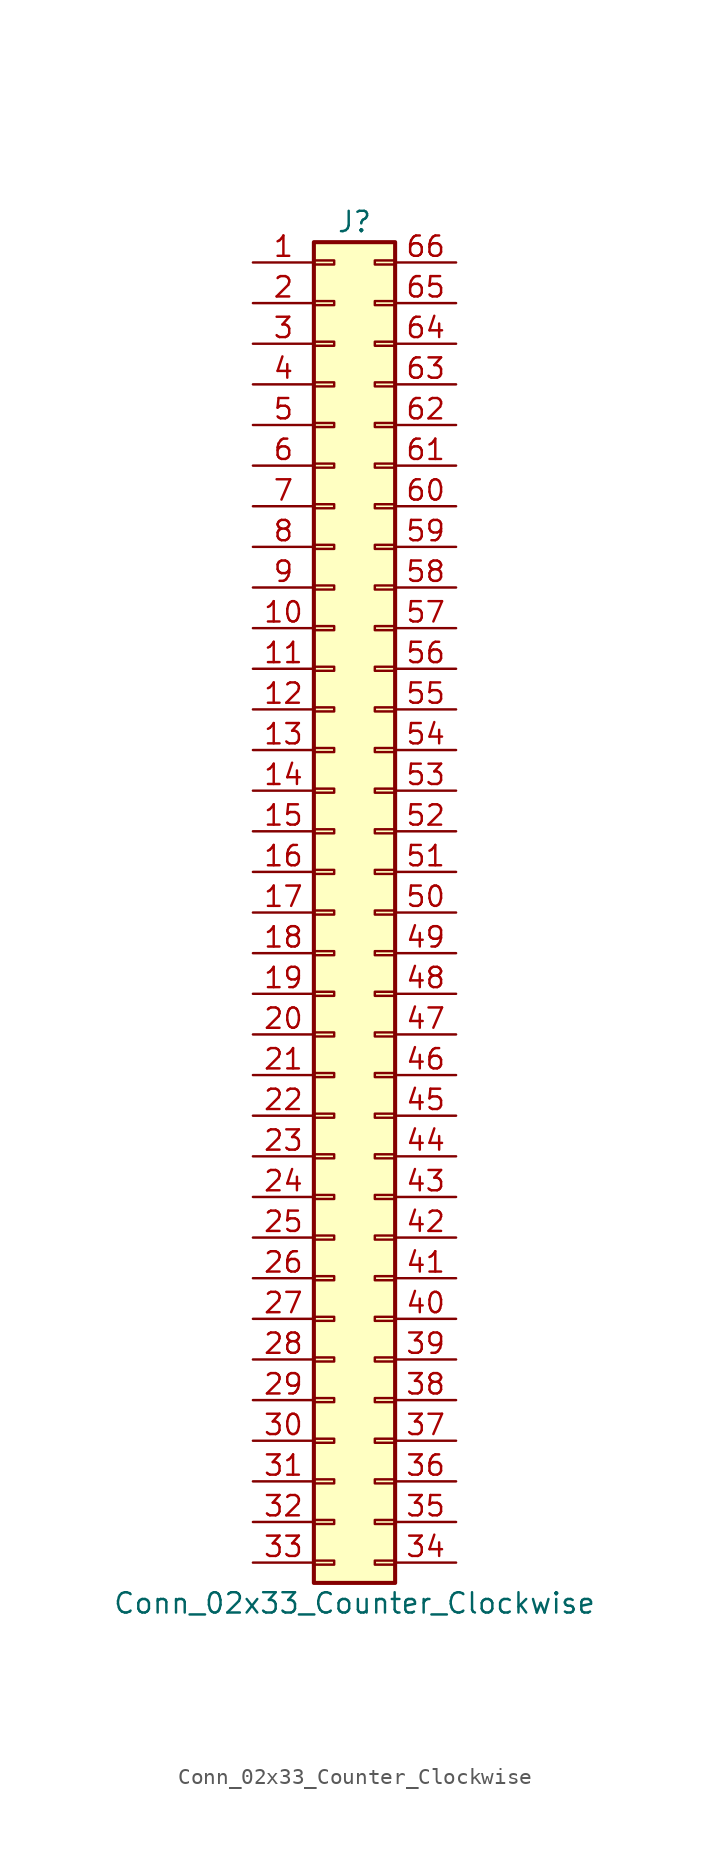
<source format=kicad_sym>
(kicad_symbol_lib
  (version 20201005)
  (generator kicad_symbol_editor)
  (symbol "Connector_Generic:Conn_02x33_Counter_Clockwise"
    (pin_names
      (offset 1.016) hide)
    (property "Reference" "J"
      (at 1.27 43.18 0)
      (effects (font (size 1.27 1.27))))
    (property "Value" "Conn_02x33_Counter_Clockwise"
      (at 1.27 -43.18 0)
      (effects (font (size 1.27 1.27))))
    (symbol "Conn_02x33_Counter_Clockwise_1_1"
      (rectangle (start -1.27 -27.813) (end 0 -28.067) (stroke (width 0.152)) (fill (type none)))
      (rectangle (start -1.27 -30.353) (end 0 -30.607) (stroke (width 0.152)) (fill (type none)))
      (rectangle (start -1.27 -32.893) (end 0 -33.147) (stroke (width 0.152)) (fill (type none)))
      (rectangle (start -1.27 -35.433) (end 0 -35.687) (stroke (width 0.152)) (fill (type none)))
      (rectangle (start -1.27 -37.973) (end 0 -38.227) (stroke (width 0.152)) (fill (type none)))
      (rectangle (start -1.27 -40.513) (end 0 -40.767) (stroke (width 0.152)) (fill (type none)))
      (rectangle (start -1.27 -4.953) (end 0 -5.207) (stroke (width 0.152)) (fill (type none)))
      (rectangle (start -1.27 -7.493) (end 0 -7.747) (stroke (width 0.152)) (fill (type none)))
      (rectangle (start -1.27 -10.033) (end 0 -10.287) (stroke (width 0.152)) (fill (type none)))
      (rectangle (start -1.27 -12.573) (end 0 -12.827) (stroke (width 0.152)) (fill (type none)))
      (rectangle (start -1.27 -15.113) (end 0 -15.367) (stroke (width 0.152)) (fill (type none)))
      (rectangle (start -1.27 -17.653) (end 0 -17.907) (stroke (width 0.152)) (fill (type none)))
      (rectangle (start -1.27 -20.193) (end 0 -20.447) (stroke (width 0.152)) (fill (type none)))
      (rectangle (start -1.27 -22.733) (end 0 -22.987) (stroke (width 0.152)) (fill (type none)))
      (rectangle (start -1.27 -2.413) (end 0 -2.667) (stroke (width 0.152)) (fill (type none)))
      (rectangle (start -1.27 -25.273) (end 0 -25.527) (stroke (width 0.152)) (fill (type none)))
      (rectangle (start -1.27 25.527) (end 0 25.273) (stroke (width 0.152)) (fill (type none)))
      (rectangle (start -1.27 2.667) (end 0 2.413) (stroke (width 0.152)) (fill (type none)))
      (rectangle (start -1.27 28.067) (end 0 27.813) (stroke (width 0.152)) (fill (type none)))
      (rectangle (start -1.27 30.607) (end 0 30.353) (stroke (width 0.152)) (fill (type none)))
      (rectangle (start -1.27 33.147) (end 0 32.893) (stroke (width 0.152)) (fill (type none)))
      (rectangle (start -1.27 35.687) (end 0 35.433) (stroke (width 0.152)) (fill (type none)))
      (rectangle (start -1.27 38.227) (end 0 37.973) (stroke (width 0.152)) (fill (type none)))
      (rectangle (start -1.27 40.767) (end 0 40.513) (stroke (width 0.152)) (fill (type none)))
      (rectangle (start -1.27 41.91) (end 3.81 -41.91) (stroke (width 0.254)) (fill (type background)))
      (rectangle (start -1.27 5.207) (end 0 4.953) (stroke (width 0.152)) (fill (type none)))
      (rectangle (start -1.27 7.747) (end 0 7.493) (stroke (width 0.152)) (fill (type none)))
      (rectangle (start -1.27 10.287) (end 0 10.033) (stroke (width 0.152)) (fill (type none)))
      (rectangle (start -1.27 0.127) (end 0 -0.127) (stroke (width 0.152)) (fill (type none)))
      (rectangle (start -1.27 12.827) (end 0 12.573) (stroke (width 0.152)) (fill (type none)))
      (rectangle (start -1.27 15.367) (end 0 15.113) (stroke (width 0.152)) (fill (type none)))
      (rectangle (start -1.27 17.907) (end 0 17.653) (stroke (width 0.152)) (fill (type none)))
      (rectangle (start -1.27 20.447) (end 0 20.193) (stroke (width 0.152)) (fill (type none)))
      (rectangle (start -1.27 22.987) (end 0 22.733) (stroke (width 0.152)) (fill (type none)))
      (rectangle (start 3.81 -27.813) (end 2.54 -28.067) (stroke (width 0.152)) (fill (type none)))
      (rectangle (start 3.81 -30.353) (end 2.54 -30.607) (stroke (width 0.152)) (fill (type none)))
      (rectangle (start 3.81 -32.893) (end 2.54 -33.147) (stroke (width 0.152)) (fill (type none)))
      (rectangle (start 3.81 -35.433) (end 2.54 -35.687) (stroke (width 0.152)) (fill (type none)))
      (rectangle (start 3.81 -37.973) (end 2.54 -38.227) (stroke (width 0.152)) (fill (type none)))
      (rectangle (start 3.81 -40.513) (end 2.54 -40.767) (stroke (width 0.152)) (fill (type none)))
      (rectangle (start 3.81 -4.953) (end 2.54 -5.207) (stroke (width 0.152)) (fill (type none)))
      (rectangle (start 3.81 -7.493) (end 2.54 -7.747) (stroke (width 0.152)) (fill (type none)))
      (rectangle (start 3.81 -10.033) (end 2.54 -10.287) (stroke (width 0.152)) (fill (type none)))
      (rectangle (start 3.81 -12.573) (end 2.54 -12.827) (stroke (width 0.152)) (fill (type none)))
      (rectangle (start 3.81 -15.113) (end 2.54 -15.367) (stroke (width 0.152)) (fill (type none)))
      (rectangle (start 3.81 -17.653) (end 2.54 -17.907) (stroke (width 0.152)) (fill (type none)))
      (rectangle (start 3.81 -20.193) (end 2.54 -20.447) (stroke (width 0.152)) (fill (type none)))
      (rectangle (start 3.81 -22.733) (end 2.54 -22.987) (stroke (width 0.152)) (fill (type none)))
      (rectangle (start 3.81 -2.413) (end 2.54 -2.667) (stroke (width 0.152)) (fill (type none)))
      (rectangle (start 3.81 -25.273) (end 2.54 -25.527) (stroke (width 0.152)) (fill (type none)))
      (rectangle (start 3.81 25.527) (end 2.54 25.273) (stroke (width 0.152)) (fill (type none)))
      (rectangle (start 3.81 2.667) (end 2.54 2.413) (stroke (width 0.152)) (fill (type none)))
      (rectangle (start 3.81 28.067) (end 2.54 27.813) (stroke (width 0.152)) (fill (type none)))
      (rectangle (start 3.81 30.607) (end 2.54 30.353) (stroke (width 0.152)) (fill (type none)))
      (rectangle (start 3.81 33.147) (end 2.54 32.893) (stroke (width 0.152)) (fill (type none)))
      (rectangle (start 3.81 35.687) (end 2.54 35.433) (stroke (width 0.152)) (fill (type none)))
      (rectangle (start 3.81 38.227) (end 2.54 37.973) (stroke (width 0.152)) (fill (type none)))
      (rectangle (start 3.81 40.767) (end 2.54 40.513) (stroke (width 0.152)) (fill (type none)))
      (rectangle (start 3.81 5.207) (end 2.54 4.953) (stroke (width 0.152)) (fill (type none)))
      (rectangle (start 3.81 7.747) (end 2.54 7.493) (stroke (width 0.152)) (fill (type none)))
      (rectangle (start 3.81 10.287) (end 2.54 10.033) (stroke (width 0.152)) (fill (type none)))
      (rectangle (start 3.81 0.127) (end 2.54 -0.127) (stroke (width 0.152)) (fill (type none)))
      (rectangle (start 3.81 12.827) (end 2.54 12.573) (stroke (width 0.152)) (fill (type none)))
      (rectangle (start 3.81 15.367) (end 2.54 15.113) (stroke (width 0.152)) (fill (type none)))
      (rectangle (start 3.81 17.907) (end 2.54 17.653) (stroke (width 0.152)) (fill (type none)))
      (rectangle (start 3.81 20.447) (end 2.54 20.193) (stroke (width 0.152)) (fill (type none)))
      (rectangle (start 3.81 22.987) (end 2.54 22.733) (stroke (width 0.152)) (fill (type none)))
      (pin passive line (at -5.08 40.64 0) (length 3.81) (name "Pin_1" (effects (font (size 1.27 1.27)))) (number "1" (effects (font (size 1.27 1.27)))))
      (pin passive line (at -5.08 17.78 0) (length 3.81) (name "Pin_10" (effects (font (size 1.27 1.27)))) (number "10" (effects (font (size 1.27 1.27)))))
      (pin passive line (at -5.08 15.24 0) (length 3.81) (name "Pin_11" (effects (font (size 1.27 1.27)))) (number "11" (effects (font (size 1.27 1.27)))))
      (pin passive line (at -5.08 12.7 0) (length 3.81) (name "Pin_12" (effects (font (size 1.27 1.27)))) (number "12" (effects (font (size 1.27 1.27)))))
      (pin passive line (at -5.08 10.16 0) (length 3.81) (name "Pin_13" (effects (font (size 1.27 1.27)))) (number "13" (effects (font (size 1.27 1.27)))))
      (pin passive line (at -5.08 7.62 0) (length 3.81) (name "Pin_14" (effects (font (size 1.27 1.27)))) (number "14" (effects (font (size 1.27 1.27)))))
      (pin passive line (at -5.08 5.08 0) (length 3.81) (name "Pin_15" (effects (font (size 1.27 1.27)))) (number "15" (effects (font (size 1.27 1.27)))))
      (pin passive line (at -5.08 2.54 0) (length 3.81) (name "Pin_16" (effects (font (size 1.27 1.27)))) (number "16" (effects (font (size 1.27 1.27)))))
      (pin passive line (at -5.08 0 0) (length 3.81) (name "Pin_17" (effects (font (size 1.27 1.27)))) (number "17" (effects (font (size 1.27 1.27)))))
      (pin passive line (at -5.08 -2.54 0) (length 3.81) (name "Pin_18" (effects (font (size 1.27 1.27)))) (number "18" (effects (font (size 1.27 1.27)))))
      (pin passive line (at -5.08 -5.08 0) (length 3.81) (name "Pin_19" (effects (font (size 1.27 1.27)))) (number "19" (effects (font (size 1.27 1.27)))))
      (pin passive line (at -5.08 38.1 0) (length 3.81) (name "Pin_2" (effects (font (size 1.27 1.27)))) (number "2" (effects (font (size 1.27 1.27)))))
      (pin passive line (at -5.08 -7.62 0) (length 3.81) (name "Pin_20" (effects (font (size 1.27 1.27)))) (number "20" (effects (font (size 1.27 1.27)))))
      (pin passive line (at -5.08 -10.16 0) (length 3.81) (name "Pin_21" (effects (font (size 1.27 1.27)))) (number "21" (effects (font (size 1.27 1.27)))))
      (pin passive line (at -5.08 -12.7 0) (length 3.81) (name "Pin_22" (effects (font (size 1.27 1.27)))) (number "22" (effects (font (size 1.27 1.27)))))
      (pin passive line (at -5.08 -15.24 0) (length 3.81) (name "Pin_23" (effects (font (size 1.27 1.27)))) (number "23" (effects (font (size 1.27 1.27)))))
      (pin passive line (at -5.08 -17.78 0) (length 3.81) (name "Pin_24" (effects (font (size 1.27 1.27)))) (number "24" (effects (font (size 1.27 1.27)))))
      (pin passive line (at -5.08 -20.32 0) (length 3.81) (name "Pin_25" (effects (font (size 1.27 1.27)))) (number "25" (effects (font (size 1.27 1.27)))))
      (pin passive line (at -5.08 -22.86 0) (length 3.81) (name "Pin_26" (effects (font (size 1.27 1.27)))) (number "26" (effects (font (size 1.27 1.27)))))
      (pin passive line (at -5.08 -25.4 0) (length 3.81) (name "Pin_27" (effects (font (size 1.27 1.27)))) (number "27" (effects (font (size 1.27 1.27)))))
      (pin passive line (at -5.08 -27.94 0) (length 3.81) (name "Pin_28" (effects (font (size 1.27 1.27)))) (number "28" (effects (font (size 1.27 1.27)))))
      (pin passive line (at -5.08 -30.48 0) (length 3.81) (name "Pin_29" (effects (font (size 1.27 1.27)))) (number "29" (effects (font (size 1.27 1.27)))))
      (pin passive line (at -5.08 35.56 0) (length 3.81) (name "Pin_3" (effects (font (size 1.27 1.27)))) (number "3" (effects (font (size 1.27 1.27)))))
      (pin passive line (at -5.08 -33.02 0) (length 3.81) (name "Pin_30" (effects (font (size 1.27 1.27)))) (number "30" (effects (font (size 1.27 1.27)))))
      (pin passive line (at -5.08 -35.56 0) (length 3.81) (name "Pin_31" (effects (font (size 1.27 1.27)))) (number "31" (effects (font (size 1.27 1.27)))))
      (pin passive line (at -5.08 -38.1 0) (length 3.81) (name "Pin_32" (effects (font (size 1.27 1.27)))) (number "32" (effects (font (size 1.27 1.27)))))
      (pin passive line (at -5.08 -40.64 0) (length 3.81) (name "Pin_33" (effects (font (size 1.27 1.27)))) (number "33" (effects (font (size 1.27 1.27)))))
      (pin passive line (at 7.62 -40.64 180) (length 3.81) (name "Pin_34" (effects (font (size 1.27 1.27)))) (number "34" (effects (font (size 1.27 1.27)))))
      (pin passive line (at 7.62 -38.1 180) (length 3.81) (name "Pin_35" (effects (font (size 1.27 1.27)))) (number "35" (effects (font (size 1.27 1.27)))))
      (pin passive line (at 7.62 -35.56 180) (length 3.81) (name "Pin_36" (effects (font (size 1.27 1.27)))) (number "36" (effects (font (size 1.27 1.27)))))
      (pin passive line (at 7.62 -33.02 180) (length 3.81) (name "Pin_37" (effects (font (size 1.27 1.27)))) (number "37" (effects (font (size 1.27 1.27)))))
      (pin passive line (at 7.62 -30.48 180) (length 3.81) (name "Pin_38" (effects (font (size 1.27 1.27)))) (number "38" (effects (font (size 1.27 1.27)))))
      (pin passive line (at 7.62 -27.94 180) (length 3.81) (name "Pin_39" (effects (font (size 1.27 1.27)))) (number "39" (effects (font (size 1.27 1.27)))))
      (pin passive line (at -5.08 33.02 0) (length 3.81) (name "Pin_4" (effects (font (size 1.27 1.27)))) (number "4" (effects (font (size 1.27 1.27)))))
      (pin passive line (at 7.62 -25.4 180) (length 3.81) (name "Pin_40" (effects (font (size 1.27 1.27)))) (number "40" (effects (font (size 1.27 1.27)))))
      (pin passive line (at 7.62 -22.86 180) (length 3.81) (name "Pin_41" (effects (font (size 1.27 1.27)))) (number "41" (effects (font (size 1.27 1.27)))))
      (pin passive line (at 7.62 -20.32 180) (length 3.81) (name "Pin_42" (effects (font (size 1.27 1.27)))) (number "42" (effects (font (size 1.27 1.27)))))
      (pin passive line (at 7.62 -17.78 180) (length 3.81) (name "Pin_43" (effects (font (size 1.27 1.27)))) (number "43" (effects (font (size 1.27 1.27)))))
      (pin passive line (at 7.62 -15.24 180) (length 3.81) (name "Pin_44" (effects (font (size 1.27 1.27)))) (number "44" (effects (font (size 1.27 1.27)))))
      (pin passive line (at 7.62 -12.7 180) (length 3.81) (name "Pin_45" (effects (font (size 1.27 1.27)))) (number "45" (effects (font (size 1.27 1.27)))))
      (pin passive line (at 7.62 -10.16 180) (length 3.81) (name "Pin_46" (effects (font (size 1.27 1.27)))) (number "46" (effects (font (size 1.27 1.27)))))
      (pin passive line (at 7.62 -7.62 180) (length 3.81) (name "Pin_47" (effects (font (size 1.27 1.27)))) (number "47" (effects (font (size 1.27 1.27)))))
      (pin passive line (at 7.62 -5.08 180) (length 3.81) (name "Pin_48" (effects (font (size 1.27 1.27)))) (number "48" (effects (font (size 1.27 1.27)))))
      (pin passive line (at 7.62 -2.54 180) (length 3.81) (name "Pin_49" (effects (font (size 1.27 1.27)))) (number "49" (effects (font (size 1.27 1.27)))))
      (pin passive line (at -5.08 30.48 0) (length 3.81) (name "Pin_5" (effects (font (size 1.27 1.27)))) (number "5" (effects (font (size 1.27 1.27)))))
      (pin passive line (at 7.62 0 180) (length 3.81) (name "Pin_50" (effects (font (size 1.27 1.27)))) (number "50" (effects (font (size 1.27 1.27)))))
      (pin passive line (at 7.62 2.54 180) (length 3.81) (name "Pin_51" (effects (font (size 1.27 1.27)))) (number "51" (effects (font (size 1.27 1.27)))))
      (pin passive line (at 7.62 5.08 180) (length 3.81) (name "Pin_52" (effects (font (size 1.27 1.27)))) (number "52" (effects (font (size 1.27 1.27)))))
      (pin passive line (at 7.62 7.62 180) (length 3.81) (name "Pin_53" (effects (font (size 1.27 1.27)))) (number "53" (effects (font (size 1.27 1.27)))))
      (pin passive line (at 7.62 10.16 180) (length 3.81) (name "Pin_54" (effects (font (size 1.27 1.27)))) (number "54" (effects (font (size 1.27 1.27)))))
      (pin passive line (at 7.62 12.7 180) (length 3.81) (name "Pin_55" (effects (font (size 1.27 1.27)))) (number "55" (effects (font (size 1.27 1.27)))))
      (pin passive line (at 7.62 15.24 180) (length 3.81) (name "Pin_56" (effects (font (size 1.27 1.27)))) (number "56" (effects (font (size 1.27 1.27)))))
      (pin passive line (at 7.62 17.78 180) (length 3.81) (name "Pin_57" (effects (font (size 1.27 1.27)))) (number "57" (effects (font (size 1.27 1.27)))))
      (pin passive line (at 7.62 20.32 180) (length 3.81) (name "Pin_58" (effects (font (size 1.27 1.27)))) (number "58" (effects (font (size 1.27 1.27)))))
      (pin passive line (at 7.62 22.86 180) (length 3.81) (name "Pin_59" (effects (font (size 1.27 1.27)))) (number "59" (effects (font (size 1.27 1.27)))))
      (pin passive line (at -5.08 27.94 0) (length 3.81) (name "Pin_6" (effects (font (size 1.27 1.27)))) (number "6" (effects (font (size 1.27 1.27)))))
      (pin passive line (at 7.62 25.4 180) (length 3.81) (name "Pin_60" (effects (font (size 1.27 1.27)))) (number "60" (effects (font (size 1.27 1.27)))))
      (pin passive line (at 7.62 27.94 180) (length 3.81) (name "Pin_61" (effects (font (size 1.27 1.27)))) (number "61" (effects (font (size 1.27 1.27)))))
      (pin passive line (at 7.62 30.48 180) (length 3.81) (name "Pin_62" (effects (font (size 1.27 1.27)))) (number "62" (effects (font (size 1.27 1.27)))))
      (pin passive line (at 7.62 33.02 180) (length 3.81) (name "Pin_63" (effects (font (size 1.27 1.27)))) (number "63" (effects (font (size 1.27 1.27)))))
      (pin passive line (at 7.62 35.56 180) (length 3.81) (name "Pin_64" (effects (font (size 1.27 1.27)))) (number "64" (effects (font (size 1.27 1.27)))))
      (pin passive line (at 7.62 38.1 180) (length 3.81) (name "Pin_65" (effects (font (size 1.27 1.27)))) (number "65" (effects (font (size 1.27 1.27)))))
      (pin passive line (at 7.62 40.64 180) (length 3.81) (name "Pin_66" (effects (font (size 1.27 1.27)))) (number "66" (effects (font (size 1.27 1.27)))))
      (pin passive line (at -5.08 25.4 0) (length 3.81) (name "Pin_7" (effects (font (size 1.27 1.27)))) (number "7" (effects (font (size 1.27 1.27)))))
      (pin passive line (at -5.08 22.86 0) (length 3.81) (name "Pin_8" (effects (font (size 1.27 1.27)))) (number "8" (effects (font (size 1.27 1.27)))))
      (pin passive line (at -5.08 20.32 0) (length 3.81) (name "Pin_9" (effects (font (size 1.27 1.27)))) (number "9" (effects (font (size 1.27 1.27))))))))
</source>
